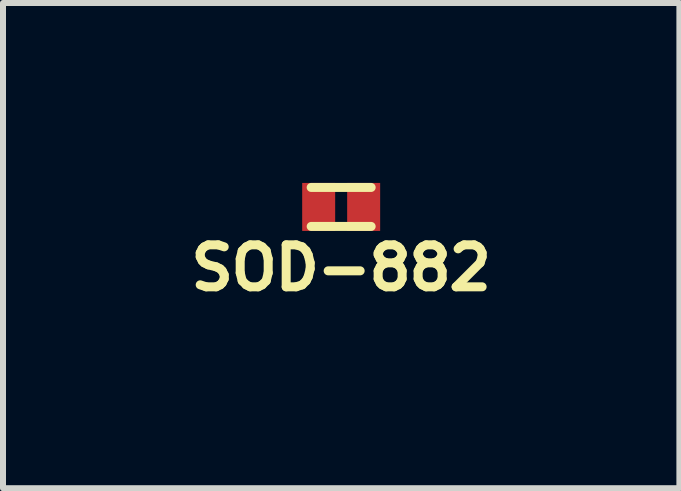
<source format=kicad_pcb>
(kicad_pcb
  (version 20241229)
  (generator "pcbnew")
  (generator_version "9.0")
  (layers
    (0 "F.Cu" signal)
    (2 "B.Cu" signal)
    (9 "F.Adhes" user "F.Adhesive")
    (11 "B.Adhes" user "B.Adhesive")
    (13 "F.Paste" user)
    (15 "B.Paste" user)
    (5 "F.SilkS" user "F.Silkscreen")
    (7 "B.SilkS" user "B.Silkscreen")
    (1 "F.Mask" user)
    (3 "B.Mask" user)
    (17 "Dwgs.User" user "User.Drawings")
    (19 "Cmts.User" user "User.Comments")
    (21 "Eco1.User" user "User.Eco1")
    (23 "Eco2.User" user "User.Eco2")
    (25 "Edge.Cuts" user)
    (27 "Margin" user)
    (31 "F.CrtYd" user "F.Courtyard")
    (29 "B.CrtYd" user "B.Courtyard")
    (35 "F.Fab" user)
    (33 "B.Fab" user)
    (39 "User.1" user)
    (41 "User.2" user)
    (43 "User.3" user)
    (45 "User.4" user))
  (footprint "SOD-882"
    (layer "F.Cu")
    (at 2.638 0.4)
    (property "Reference" "SOD-882" (at 0 1.016 0) (layer "F.SilkS") (effects (font (size 0.7 0.7) (thickness 0.15))))
    (attr through_hole)
    (fp_line (start -0.5 -0.325) (end 0.5 -0.325) (stroke (width 0.15) (type solid)) (layer "F.SilkS"))
    (fp_line (start 0.5 0.325) (end -0.5 0.325) (stroke (width 0.15) (type solid)) (layer "F.SilkS"))
    (pad "1" smd rect (at -0.375 0) (size 0.55 0.8) (layers "F.Cu" "F.Mask" "F.Paste"))
    (pad "2" smd rect (at 0.375 0) (size 0.55 0.8) (layers "F.Cu" "F.Mask" "F.Paste")))
  (gr_rect
    (start -3 -3)
    (end 8.277 5.089)
    (stroke (width 0.1) (type default))
    (fill no)
    (layer "Edge.Cuts")))
</source>
